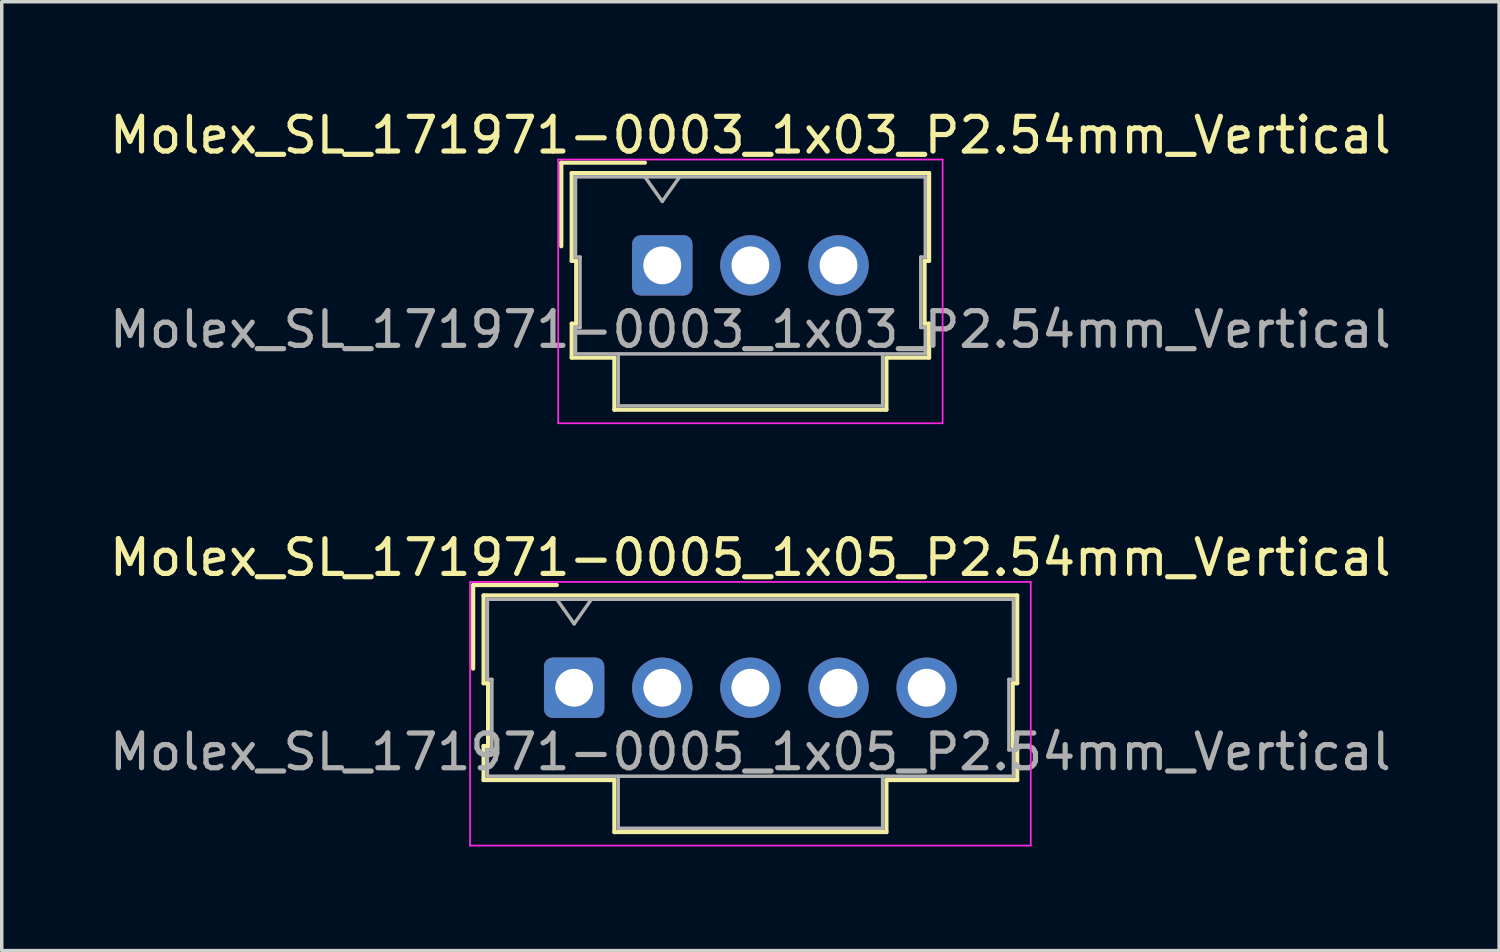
<source format=kicad_pcb>
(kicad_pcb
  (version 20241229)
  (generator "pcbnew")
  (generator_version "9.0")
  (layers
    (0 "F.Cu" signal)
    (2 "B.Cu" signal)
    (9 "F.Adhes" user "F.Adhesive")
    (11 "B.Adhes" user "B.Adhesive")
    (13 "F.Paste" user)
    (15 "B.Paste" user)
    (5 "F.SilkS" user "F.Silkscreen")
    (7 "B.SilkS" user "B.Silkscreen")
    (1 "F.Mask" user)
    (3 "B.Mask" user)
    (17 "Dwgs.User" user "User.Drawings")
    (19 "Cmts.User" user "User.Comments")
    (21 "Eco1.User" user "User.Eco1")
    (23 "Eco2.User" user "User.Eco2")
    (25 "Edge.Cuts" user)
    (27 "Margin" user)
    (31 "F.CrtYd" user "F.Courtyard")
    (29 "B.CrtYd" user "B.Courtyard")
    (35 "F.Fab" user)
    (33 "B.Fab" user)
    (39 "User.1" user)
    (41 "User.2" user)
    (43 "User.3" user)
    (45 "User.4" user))
  (footprint "Molex_SL_171971-0003_1x03_P2.54mm_Vertical"
    (layer "F.Cu")
    (at 16.037 4.598)
    (property "Reference" "Molex_SL_171971-0003_1x03_P2.54mm_Vertical" (at 2.54 -3.75 0) (layer "F.SilkS") (effects (font (size 1 1) (thickness 0.15))))
    (attr through_hole)
    (fp_line (start -2.91 -2.96) (end -0.5 -2.96) (stroke (width 0.12) (type solid)) (layer "F.SilkS"))
    (fp_line (start -2.91 -0.55) (end -2.91 -2.96) (stroke (width 0.12) (type solid)) (layer "F.SilkS"))
    (fp_line (start -2.61 -2.66) (end -2.61 -0.13) (stroke (width 0.12) (type solid)) (layer "F.SilkS"))
    (fp_line (start -2.61 -0.13) (end -2.48 -0.13) (stroke (width 0.12) (type solid)) (layer "F.SilkS"))
    (fp_line (start -2.61 1.68) (end -2.61 2.66) (stroke (width 0.12) (type solid)) (layer "F.SilkS"))
    (fp_line (start -2.61 2.66) (end -1.38 2.66) (stroke (width 0.12) (type solid)) (layer "F.SilkS"))
    (fp_line (start -2.48 -0.13) (end -2.48 1.68) (stroke (width 0.12) (type solid)) (layer "F.SilkS"))
    (fp_line (start -2.48 1.68) (end -2.61 1.68) (stroke (width 0.12) (type solid)) (layer "F.SilkS"))
    (fp_line (start -1.38 2.66) (end -1.38 4.16) (stroke (width 0.12) (type solid)) (layer "F.SilkS"))
    (fp_line (start -1.38 4.16) (end 6.46 4.16) (stroke (width 0.12) (type solid)) (layer "F.SilkS"))
    (fp_line (start 6.46 2.66) (end 7.69 2.66) (stroke (width 0.12) (type solid)) (layer "F.SilkS"))
    (fp_line (start 6.46 4.16) (end 6.46 2.66) (stroke (width 0.12) (type solid)) (layer "F.SilkS"))
    (fp_line (start 7.56 -0.13) (end 7.69 -0.13) (stroke (width 0.12) (type solid)) (layer "F.SilkS"))
    (fp_line (start 7.56 1.68) (end 7.56 -0.13) (stroke (width 0.12) (type solid)) (layer "F.SilkS"))
    (fp_line (start 7.69 -2.66) (end -2.61 -2.66) (stroke (width 0.12) (type solid)) (layer "F.SilkS"))
    (fp_line (start 7.69 -0.13) (end 7.69 -2.66) (stroke (width 0.12) (type solid)) (layer "F.SilkS"))
    (fp_line (start 7.69 1.68) (end 7.56 1.68) (stroke (width 0.12) (type solid)) (layer "F.SilkS"))
    (fp_line (start 7.69 2.66) (end 7.69 1.68) (stroke (width 0.12) (type solid)) (layer "F.SilkS"))
    (fp_line (start -3 -3.05) (end -3 4.55) (stroke (width 0.05) (type solid)) (layer "F.CrtYd"))
    (fp_line (start -3 4.55) (end 8.08 4.55) (stroke (width 0.05) (type solid)) (layer "F.CrtYd"))
    (fp_line (start 8.08 -3.05) (end -3 -3.05) (stroke (width 0.05) (type solid)) (layer "F.CrtYd"))
    (fp_line (start 8.08 4.55) (end 8.08 -3.05) (stroke (width 0.05) (type solid)) (layer "F.CrtYd"))
    (fp_line (start -2.5 -2.55) (end -2.5 -0.24) (stroke (width 0.1) (type solid)) (layer "F.Fab"))
    (fp_line (start -2.5 -0.24) (end -2.37 -0.24) (stroke (width 0.1) (type solid)) (layer "F.Fab"))
    (fp_line (start -2.5 1.79) (end -2.5 2.55) (stroke (width 0.1) (type solid)) (layer "F.Fab"))
    (fp_line (start -2.5 2.55) (end 7.58 2.55) (stroke (width 0.1) (type solid)) (layer "F.Fab"))
    (fp_line (start -2.37 -0.24) (end -2.37 1.79) (stroke (width 0.1) (type solid)) (layer "F.Fab"))
    (fp_line (start -2.37 1.79) (end -2.5 1.79) (stroke (width 0.1) (type solid)) (layer "F.Fab"))
    (fp_line (start -1.27 2.55) (end -1.27 4.05) (stroke (width 0.1) (type solid)) (layer "F.Fab"))
    (fp_line (start -1.27 4.05) (end 6.35 4.05) (stroke (width 0.1) (type solid)) (layer "F.Fab"))
    (fp_line (start 0 -1.843) (end -0.5 -2.55) (stroke (width 0.1) (type solid)) (layer "F.Fab"))
    (fp_line (start 0.5 -2.55) (end 0 -1.843) (stroke (width 0.1) (type solid)) (layer "F.Fab"))
    (fp_line (start 6.35 4.05) (end 6.35 2.55) (stroke (width 0.1) (type solid)) (layer "F.Fab"))
    (fp_line (start 7.45 -0.24) (end 7.58 -0.24) (stroke (width 0.1) (type solid)) (layer "F.Fab"))
    (fp_line (start 7.45 1.79) (end 7.45 -0.24) (stroke (width 0.1) (type solid)) (layer "F.Fab"))
    (fp_line (start 7.58 -2.55) (end -2.5 -2.55) (stroke (width 0.1) (type solid)) (layer "F.Fab"))
    (fp_line (start 7.58 -0.24) (end 7.58 -2.55) (stroke (width 0.1) (type solid)) (layer "F.Fab"))
    (fp_line (start 7.58 1.79) (end 7.45 1.79) (stroke (width 0.1) (type solid)) (layer "F.Fab"))
    (fp_line (start 7.58 2.55) (end 7.58 1.79) (stroke (width 0.1) (type solid)) (layer "F.Fab"))
    (fp_text user "${REFERENCE}" (at 2.54 1.85 0) (layer "F.Fab") (effects (font (size 1 1) (thickness 0.15))))
    (pad "1" thru_hole roundrect (at 0 0) (size 1.74 1.74) (drill 1.09) (layers "*.Cu" "*.Mask") (roundrect_rratio 0.144))
    (pad "2" thru_hole circle (at 2.54 0) (size 1.74 1.74) (drill 1.09) (layers "*.Cu" "*.Mask"))
    (pad "3" thru_hole circle (at 5.08 0) (size 1.74 1.74) (drill 1.09) (layers "*.Cu" "*.Mask")))
  (footprint "Molex_SL_171971-0005_1x05_P2.54mm_Vertical"
    (layer "F.Cu")
    (at 13.497 16.771)
    (property "Reference" "Molex_SL_171971-0005_1x05_P2.54mm_Vertical" (at 5.08 -3.75 0) (layer "F.SilkS") (effects (font (size 1 1) (thickness 0.15))))
    (attr through_hole)
    (fp_line (start -2.91 -2.96) (end -0.5 -2.96) (stroke (width 0.12) (type solid)) (layer "F.SilkS"))
    (fp_line (start -2.91 -0.55) (end -2.91 -2.96) (stroke (width 0.12) (type solid)) (layer "F.SilkS"))
    (fp_line (start -2.61 -2.66) (end -2.61 -0.13) (stroke (width 0.12) (type solid)) (layer "F.SilkS"))
    (fp_line (start -2.61 -0.13) (end -2.48 -0.13) (stroke (width 0.12) (type solid)) (layer "F.SilkS"))
    (fp_line (start -2.61 1.68) (end -2.61 2.66) (stroke (width 0.12) (type solid)) (layer "F.SilkS"))
    (fp_line (start -2.61 2.66) (end 1.16 2.66) (stroke (width 0.12) (type solid)) (layer "F.SilkS"))
    (fp_line (start -2.48 -0.13) (end -2.48 1.68) (stroke (width 0.12) (type solid)) (layer "F.SilkS"))
    (fp_line (start -2.48 1.68) (end -2.61 1.68) (stroke (width 0.12) (type solid)) (layer "F.SilkS"))
    (fp_line (start 1.16 2.66) (end 1.16 4.16) (stroke (width 0.12) (type solid)) (layer "F.SilkS"))
    (fp_line (start 1.16 4.16) (end 9 4.16) (stroke (width 0.12) (type solid)) (layer "F.SilkS"))
    (fp_line (start 9 2.66) (end 12.77 2.66) (stroke (width 0.12) (type solid)) (layer "F.SilkS"))
    (fp_line (start 9 4.16) (end 9 2.66) (stroke (width 0.12) (type solid)) (layer "F.SilkS"))
    (fp_line (start 12.64 -0.13) (end 12.77 -0.13) (stroke (width 0.12) (type solid)) (layer "F.SilkS"))
    (fp_line (start 12.64 1.68) (end 12.64 -0.13) (stroke (width 0.12) (type solid)) (layer "F.SilkS"))
    (fp_line (start 12.77 -2.66) (end -2.61 -2.66) (stroke (width 0.12) (type solid)) (layer "F.SilkS"))
    (fp_line (start 12.77 -0.13) (end 12.77 -2.66) (stroke (width 0.12) (type solid)) (layer "F.SilkS"))
    (fp_line (start 12.77 1.68) (end 12.64 1.68) (stroke (width 0.12) (type solid)) (layer "F.SilkS"))
    (fp_line (start 12.77 2.66) (end 12.77 1.68) (stroke (width 0.12) (type solid)) (layer "F.SilkS"))
    (fp_line (start -3 -3.05) (end -3 4.55) (stroke (width 0.05) (type solid)) (layer "F.CrtYd"))
    (fp_line (start -3 4.55) (end 13.16 4.55) (stroke (width 0.05) (type solid)) (layer "F.CrtYd"))
    (fp_line (start 13.16 -3.05) (end -3 -3.05) (stroke (width 0.05) (type solid)) (layer "F.CrtYd"))
    (fp_line (start 13.16 4.55) (end 13.16 -3.05) (stroke (width 0.05) (type solid)) (layer "F.CrtYd"))
    (fp_line (start -2.5 -2.55) (end -2.5 -0.24) (stroke (width 0.1) (type solid)) (layer "F.Fab"))
    (fp_line (start -2.5 -0.24) (end -2.37 -0.24) (stroke (width 0.1) (type solid)) (layer "F.Fab"))
    (fp_line (start -2.5 1.79) (end -2.5 2.55) (stroke (width 0.1) (type solid)) (layer "F.Fab"))
    (fp_line (start -2.5 2.55) (end 12.66 2.55) (stroke (width 0.1) (type solid)) (layer "F.Fab"))
    (fp_line (start -2.37 -0.24) (end -2.37 1.79) (stroke (width 0.1) (type solid)) (layer "F.Fab"))
    (fp_line (start -2.37 1.79) (end -2.5 1.79) (stroke (width 0.1) (type solid)) (layer "F.Fab"))
    (fp_line (start 0 -1.843) (end -0.5 -2.55) (stroke (width 0.1) (type solid)) (layer "F.Fab"))
    (fp_line (start 0.5 -2.55) (end 0 -1.843) (stroke (width 0.1) (type solid)) (layer "F.Fab"))
    (fp_line (start 1.27 2.55) (end 1.27 4.05) (stroke (width 0.1) (type solid)) (layer "F.Fab"))
    (fp_line (start 1.27 4.05) (end 8.89 4.05) (stroke (width 0.1) (type solid)) (layer "F.Fab"))
    (fp_line (start 8.89 4.05) (end 8.89 2.55) (stroke (width 0.1) (type solid)) (layer "F.Fab"))
    (fp_line (start 12.53 -0.24) (end 12.66 -0.24) (stroke (width 0.1) (type solid)) (layer "F.Fab"))
    (fp_line (start 12.53 1.79) (end 12.53 -0.24) (stroke (width 0.1) (type solid)) (layer "F.Fab"))
    (fp_line (start 12.66 -2.55) (end -2.5 -2.55) (stroke (width 0.1) (type solid)) (layer "F.Fab"))
    (fp_line (start 12.66 -0.24) (end 12.66 -2.55) (stroke (width 0.1) (type solid)) (layer "F.Fab"))
    (fp_line (start 12.66 1.79) (end 12.53 1.79) (stroke (width 0.1) (type solid)) (layer "F.Fab"))
    (fp_line (start 12.66 2.55) (end 12.66 1.79) (stroke (width 0.1) (type solid)) (layer "F.Fab"))
    (fp_text user "${REFERENCE}" (at 5.08 1.85 0) (layer "F.Fab") (effects (font (size 1 1) (thickness 0.15))))
    (pad "1" thru_hole roundrect (at 0 0) (size 1.74 1.74) (drill 1.09) (layers "*.Cu" "*.Mask") (roundrect_rratio 0.144))
    (pad "2" thru_hole circle (at 2.54 0) (size 1.74 1.74) (drill 1.09) (layers "*.Cu" "*.Mask"))
    (pad "3" thru_hole circle (at 5.08 0) (size 1.74 1.74) (drill 1.09) (layers "*.Cu" "*.Mask"))
    (pad "4" thru_hole circle (at 7.62 0) (size 1.74 1.74) (drill 1.09) (layers "*.Cu" "*.Mask"))
    (pad "5" thru_hole circle (at 10.16 0) (size 1.74 1.74) (drill 1.09) (layers "*.Cu" "*.Mask")))
  (gr_rect
    (start -3 -3)
    (end 40.155 24.346)
    (stroke (width 0.1) (type default))
    (fill no)
    (layer "Edge.Cuts")))
</source>
